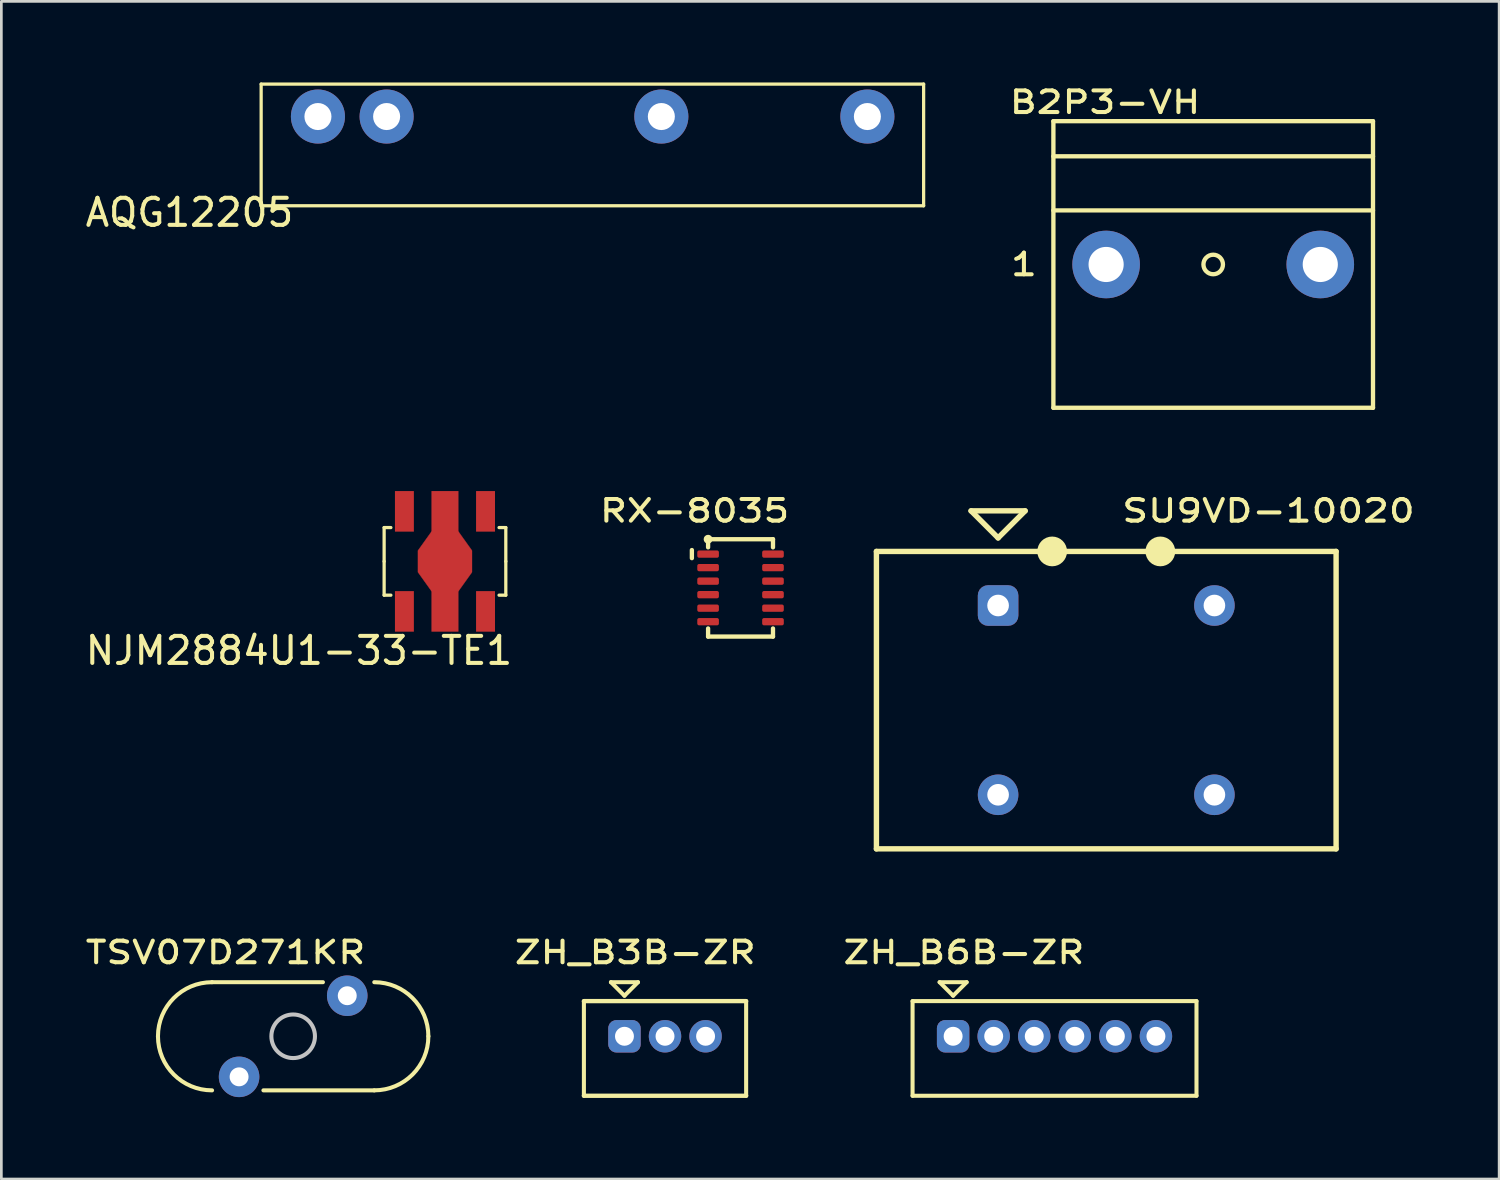
<source format=kicad_pcb>
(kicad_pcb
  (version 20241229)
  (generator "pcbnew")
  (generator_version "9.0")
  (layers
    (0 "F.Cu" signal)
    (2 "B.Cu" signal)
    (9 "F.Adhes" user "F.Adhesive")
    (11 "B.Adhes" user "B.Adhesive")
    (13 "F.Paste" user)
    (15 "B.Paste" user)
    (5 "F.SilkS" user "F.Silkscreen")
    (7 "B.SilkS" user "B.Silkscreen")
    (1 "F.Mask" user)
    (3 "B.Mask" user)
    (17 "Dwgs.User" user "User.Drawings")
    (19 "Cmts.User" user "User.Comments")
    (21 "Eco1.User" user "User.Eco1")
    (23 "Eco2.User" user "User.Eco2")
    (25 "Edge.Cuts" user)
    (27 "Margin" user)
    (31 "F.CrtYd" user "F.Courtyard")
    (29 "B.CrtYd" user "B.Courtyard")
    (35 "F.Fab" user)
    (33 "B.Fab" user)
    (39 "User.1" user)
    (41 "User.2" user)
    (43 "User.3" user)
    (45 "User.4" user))
  (footprint "ZH_B6B-ZR"
    (layer "F.Cu")
    (at 32.199 35.274)
    (property "Reference" "ZH_B6B-ZR" (at 0.4 -3.1 0) (layer "F.SilkS") (effects (font (size 0.8 1) (thickness 0.15))))
    (attr through_hole)
    (fp_line (start -1.5 -1.3) (end -1.5 2.2) (stroke (width 0.15) (type solid)) (layer "F.SilkS"))
    (fp_line (start -1.5 -1.3) (end 9 -1.3) (stroke (width 0.15) (type solid)) (layer "F.SilkS"))
    (fp_line (start -1.5 2.2) (end 9 2.2) (stroke (width 0.15) (type solid)) (layer "F.SilkS"))
    (fp_line (start -0.5 -2) (end 0.5 -2) (stroke (width 0.15) (type solid)) (layer "F.SilkS"))
    (fp_line (start 0 -1.5) (end -0.5 -2) (stroke (width 0.15) (type solid)) (layer "F.SilkS"))
    (fp_line (start 0 -1.5) (end 0.5 -2) (stroke (width 0.15) (type solid)) (layer "F.SilkS"))
    (fp_line (start 9 -1.3) (end 9 2.2) (stroke (width 0.15) (type solid)) (layer "F.SilkS"))
    (pad "1" thru_hole roundrect (at 0 0) (size 1.2 1.2) (drill 0.7) (layers "*.Cu" "*.Mask") (roundrect_rratio 0.25))
    (pad "2" thru_hole circle (at 1.5 0) (size 1.2 1.2) (drill 0.7) (layers "*.Cu" "*.Mask"))
    (pad "3" thru_hole circle (at 3 0) (size 1.2 1.2) (drill 0.7) (layers "*.Cu" "*.Mask"))
    (pad "4" thru_hole circle (at 4.5 0) (size 1.2 1.2) (drill 0.7) (layers "*.Cu" "*.Mask"))
    (pad "5" thru_hole circle (at 6 0) (size 1.2 1.2) (drill 0.7) (layers "*.Cu" "*.Mask"))
    (pad "6" thru_hole circle (at 7.5 0) (size 1.2 1.2) (drill 0.7) (layers "*.Cu" "*.Mask")))
  (footprint "NJM2884U1-33-TE1"
    (layer "F.Cu")
    (at 13.406 17.711)
    (property "Reference" "NJM2884U1-33-TE1" (at -5.4 3.3 0) (layer "F.SilkS") (effects (font (size 1 1) (thickness 0.15))))
    (attr through_hole)
    (fp_poly (pts (xy 1 -0.4) (xy 1 0.4) (xy 0.5 1.1) (xy -0.5 1.1) (xy -1 0.4) (xy -1 -0.4) (xy -0.5 -1.1) (xy 0.5 -1.1)) (stroke (width 0.01) (type solid)) (fill yes) (layer "F.Cu"))
    (fp_poly (pts (xy 1 -0.4) (xy 1 0.4) (xy 0.5 1.1) (xy -0.5 1.1) (xy -1 0.4) (xy -1 -0.4) (xy -0.5 -1.1) (xy 0.5 -1.1)) (stroke (width 0.01) (type solid)) (fill yes) (layer "F.Mask"))
    (fp_line (start -2.25 -1.25) (end -2 -1.25) (stroke (width 0.12) (type solid)) (layer "F.SilkS"))
    (fp_line (start -2.25 0) (end -2.25 -1.25) (stroke (width 0.12) (type solid)) (layer "F.SilkS"))
    (fp_line (start -2.25 0) (end -2.25 1.25) (stroke (width 0.12) (type solid)) (layer "F.SilkS"))
    (fp_line (start -2.25 1.25) (end -2 1.25) (stroke (width 0.12) (type solid)) (layer "F.SilkS"))
    (fp_line (start 2.25 -1.25) (end 2 -1.25) (stroke (width 0.12) (type solid)) (layer "F.SilkS"))
    (fp_line (start 2.25 0) (end 2.25 -1.25) (stroke (width 0.12) (type solid)) (layer "F.SilkS"))
    (fp_line (start 2.25 0) (end 2.25 1.25) (stroke (width 0.12) (type solid)) (layer "F.SilkS"))
    (fp_line (start 2.25 1.25) (end 2 1.25) (stroke (width 0.12) (type solid)) (layer "F.SilkS"))
    (pad "1" smd rect (at -1.5 1.85 180) (size 0.7 1.5) (layers "F.Cu" "F.Mask" "F.Paste"))
    (pad "2" smd rect (at 0 0 180) (size 1 5.2) (layers "F.Cu" "F.Mask" "F.Paste"))
    (pad "3" smd rect (at 1.5 1.85 180) (size 0.7 1.5) (layers "F.Cu" "F.Mask" "F.Paste"))
    (pad "4" smd rect (at 1.5 -1.85 180) (size 0.7 1.5) (layers "F.Cu" "F.Mask" "F.Paste"))
    (pad "5" smd rect (at -1.5 -1.85 180) (size 0.7 1.5) (layers "F.Cu" "F.Mask" "F.Paste")))
  (footprint "B2P3-VH"
    (layer "F.Cu")
    (at 41.817 6.731)
    (property "Reference" "B2P3-VH" (at -4 -6 0) (layer "F.SilkS") (effects (font (size 0.8 1) (thickness 0.15))))
    (attr through_hole)
    (fp_line (start -5.91 -5.3) (end -5.91 5.3) (stroke (width 0.16) (type solid)) (layer "F.SilkS"))
    (fp_line (start -5.91 -2) (end 5.91 -2) (stroke (width 0.16) (type solid)) (layer "F.SilkS"))
    (fp_line (start -5.91 5.3) (end 5.91 5.3) (stroke (width 0.16) (type solid)) (layer "F.SilkS"))
    (fp_line (start 5.91 -5.3) (end -5.91 -5.3) (stroke (width 0.16) (type solid)) (layer "F.SilkS"))
    (fp_line (start 5.91 -4) (end -5.91 -4) (stroke (width 0.16) (type solid)) (layer "F.SilkS"))
    (fp_line (start 5.91 5.3) (end 5.91 -5.3) (stroke (width 0.16) (type solid)) (layer "F.SilkS"))
    (fp_circle (center 0 0) (end 0.361 0) (stroke (width 0.16) (type solid)) (fill no) (layer "F.SilkS"))
    (fp_text user "1" (at -7 0 0) (layer "F.SilkS") (effects (font (size 0.8 1) (thickness 0.15))))
    (pad "1" thru_hole circle (at -3.96 0) (size 2.5 2.5) (drill 1.3) (layers "*.Cu" "*.Mask"))
    (pad "2" thru_hole circle (at 3.96 0) (size 2.5 2.5) (drill 1.3) (layers "*.Cu" "*.Mask")))
  (footprint "ZH_B3B-ZR"
    (layer "F.Cu")
    (at 20.044 35.274)
    (property "Reference" "ZH_B3B-ZR" (at 0.4 -3.1 0) (layer "F.SilkS") (effects (font (size 0.8 1) (thickness 0.15))))
    (attr through_hole)
    (fp_line (start -1.5 -1.3) (end -1.5 2.2) (stroke (width 0.15) (type solid)) (layer "F.SilkS"))
    (fp_line (start -1.5 -1.3) (end 4.5 -1.3) (stroke (width 0.16) (type solid)) (layer "F.SilkS"))
    (fp_line (start -0.5 -2) (end 0.5 -2) (stroke (width 0.15) (type solid)) (layer "F.SilkS"))
    (fp_line (start 0 -1.5) (end -0.5 -2) (stroke (width 0.15) (type solid)) (layer "F.SilkS"))
    (fp_line (start 0 -1.5) (end 0.5 -2) (stroke (width 0.15) (type solid)) (layer "F.SilkS"))
    (fp_line (start 4.5 -1.3) (end 4.5 2.2) (stroke (width 0.15) (type solid)) (layer "F.SilkS"))
    (fp_line (start 4.5 2.2) (end -1.5 2.2) (stroke (width 0.16) (type solid)) (layer "F.SilkS"))
    (pad "1" thru_hole roundrect (at 0 0) (size 1.2 1.2) (drill 0.7) (layers "*.Cu" "*.Mask") (roundrect_rratio 0.25))
    (pad "2" thru_hole circle (at 1.5 0) (size 1.2 1.2) (drill 0.7) (layers "*.Cu" "*.Mask"))
    (pad "3" thru_hole circle (at 3 0) (size 1.2 1.2) (drill 0.7) (layers "*.Cu" "*.Mask")))
  (footprint "AQG12205"
    (layer "F.Cu")
    (at 8.708 1.26)
    (property "Reference" "AQG12205" (at -4.75 3.55 0) (layer "F.SilkS") (effects (font (size 1 1) (thickness 0.15))))
    (attr through_hole)
    (fp_line (start -2.1 3.3) (end -2.1 -1.2) (stroke (width 0.12) (type solid)) (layer "F.SilkS"))
    (fp_line (start -2.1 3.3) (end 22.4 3.3) (stroke (width 0.12) (type solid)) (layer "F.SilkS"))
    (fp_line (start 22.4 -1.2) (end -2.1 -1.2) (stroke (width 0.12) (type solid)) (layer "F.SilkS"))
    (fp_line (start 22.4 3.3) (end 22.4 -1.2) (stroke (width 0.12) (type solid)) (layer "F.SilkS"))
    (pad "1" thru_hole circle (at 0 0 180) (size 2 2) (drill 1) (layers "*.Cu" "*.Mask"))
    (pad "2" thru_hole circle (at 2.54 0 180) (size 2 2) (drill 1) (layers "*.Cu" "*.Mask"))
    (pad "3" thru_hole circle (at 12.7 0 180) (size 2 2) (drill 1) (layers "*.Cu" "*.Mask"))
    (pad "4" thru_hole circle (at 20.32 0 180) (size 2 2) (drill 1) (layers "*.Cu" "*.Mask")))
  (footprint "RX-8035"
    (layer "F.Cu")
    (at 24.337 18.692)
    (property "Reference" "RX-8035" (at -1.7 -2.85 0) (layer "F.SilkS") (effects (font (size 0.8 1) (thickness 0.15))))
    (attr through_hole)
    (fp_line (start -1.8 -1.4) (end -1.8 -1.1) (stroke (width 0.16) (type solid)) (layer "F.SilkS"))
    (fp_line (start -1.2 -1.8) (end -1.2 -1.5) (stroke (width 0.16) (type solid)) (layer "F.SilkS"))
    (fp_line (start -1.2 -1.8) (end 1.2 -1.8) (stroke (width 0.16) (type solid)) (layer "F.SilkS"))
    (fp_line (start -1.2 1.8) (end -1.2 1.5) (stroke (width 0.16) (type solid)) (layer "F.SilkS"))
    (fp_line (start 1.2 -1.8) (end 1.2 -1.5) (stroke (width 0.16) (type solid)) (layer "F.SilkS"))
    (fp_line (start 1.2 1.8) (end -1.2 1.8) (stroke (width 0.16) (type solid)) (layer "F.SilkS"))
    (fp_line (start 1.2 1.8) (end 1.2 1.5) (stroke (width 0.16) (type solid)) (layer "F.SilkS"))
    (fp_circle (center -1.2 -1.8) (end -1.2 -1.716) (stroke (width 0.16) (type solid)) (fill no) (layer "F.SilkS"))
    (pad "1" smd roundrect (at -1.2 -1.25 180) (size 0.8 0.27) (layers "F.Cu" "F.Mask" "F.Paste") (roundrect_rratio 0.25))
    (pad "2" smd roundrect (at -1.2 -0.75 180) (size 0.8 0.27) (layers "F.Cu" "F.Mask" "F.Paste") (roundrect_rratio 0.25))
    (pad "3" smd roundrect (at -1.2 -0.25 180) (size 0.8 0.27) (layers "F.Cu" "F.Mask" "F.Paste") (roundrect_rratio 0.25))
    (pad "4" smd roundrect (at -1.2 0.25 180) (size 0.8 0.27) (layers "F.Cu" "F.Mask" "F.Paste") (roundrect_rratio 0.25))
    (pad "5" smd roundrect (at -1.2 0.75 180) (size 0.8 0.27) (layers "F.Cu" "F.Mask" "F.Paste") (roundrect_rratio 0.25))
    (pad "6" smd roundrect (at -1.2 1.25 180) (size 0.8 0.27) (layers "F.Cu" "F.Mask" "F.Paste") (roundrect_rratio 0.25))
    (pad "7" smd roundrect (at 1.2 1.25 180) (size 0.8 0.27) (layers "F.Cu" "F.Mask" "F.Paste") (roundrect_rratio 0.25))
    (pad "8" smd roundrect (at 1.2 0.75 180) (size 0.8 0.27) (layers "F.Cu" "F.Mask" "F.Paste") (roundrect_rratio 0.25))
    (pad "9" smd roundrect (at 1.2 0.25 180) (size 0.8 0.27) (layers "F.Cu" "F.Mask" "F.Paste") (roundrect_rratio 0.25))
    (pad "10" smd roundrect (at 1.2 -0.25 180) (size 0.8 0.27) (layers "F.Cu" "F.Mask" "F.Paste") (roundrect_rratio 0.25))
    (pad "11" smd roundrect (at 1.2 -0.75 180) (size 0.8 0.27) (layers "F.Cu" "F.Mask" "F.Paste") (roundrect_rratio 0.25))
    (pad "12" smd roundrect (at 1.2 -1.25 180) (size 0.8 0.27) (layers "F.Cu" "F.Mask" "F.Paste") (roundrect_rratio 0.25)))
  (footprint "TSV07D271KR"
    (layer "F.Cu")
    (at 7.792 35.274)
    (property "Reference" "TSV07D271KR" (at -2.5 -3.1 0) (layer "F.SilkS") (effects (font (size 0.8 1) (thickness 0.15))))
    (attr through_hole)
    (fp_line (start -3 -2) (end 1.1 -2) (stroke (width 0.15) (type solid)) (layer "F.SilkS"))
    (fp_line (start 3 2) (end -1.1 2) (stroke (width 0.15) (type solid)) (layer "F.SilkS"))
    (fp_arc (start -5 0) (mid -4.414214 -1.414214) (end -3 -2) (stroke (width 0.15) (type solid)) (layer "F.SilkS"))
    (fp_arc (start -3 2) (mid -4.414214 1.414214) (end -5 0) (stroke (width 0.15) (type solid)) (layer "F.SilkS"))
    (fp_arc (start 3 -2) (mid 4.414214 -1.414214) (end 5 0) (stroke (width 0.15) (type solid)) (layer "F.SilkS"))
    (fp_arc (start 5 0) (mid 4.414214 1.414214) (end 3 2) (stroke (width 0.15) (type solid)) (layer "F.SilkS"))
    (fp_circle (center 0 0) (end 0.806 0) (stroke (width 0.15) (type solid)) (fill no) (layer "Dwgs.User"))
    (pad "1" thru_hole circle (at -2 1.5) (size 1.5 1.5) (drill 0.7) (layers "*.Cu" "*.Mask"))
    (pad "2" thru_hole circle (at 2 -1.5) (size 1.5 1.5) (drill 0.7) (layers "*.Cu" "*.Mask")))
  (footprint "SU9VD-10020"
    (layer "F.Cu")
    (at 37.862 22.843)
    (property "Reference" "SU9VD-10020" (at 6 -7 0) (layer "F.SilkS") (effects (font (size 0.8 1) (thickness 0.15))))
    (attr through_hole)
    (fp_line (start -8.5 -5.5) (end 8.5 -5.5) (stroke (width 0.2) (type solid)) (layer "F.SilkS"))
    (fp_line (start -8.5 5.5) (end -8.5 -5.5) (stroke (width 0.2) (type solid)) (layer "F.SilkS"))
    (fp_line (start -5 -7) (end -4 -6) (stroke (width 0.2) (type solid)) (layer "F.SilkS"))
    (fp_line (start -4 -6) (end -3 -7) (stroke (width 0.2) (type solid)) (layer "F.SilkS"))
    (fp_line (start -3 -7) (end -5 -7) (stroke (width 0.2) (type solid)) (layer "F.SilkS"))
    (fp_line (start 8.5 -5.5) (end 8.5 5.5) (stroke (width 0.2) (type solid)) (layer "F.SilkS"))
    (fp_line (start 8.5 5.5) (end -8.5 5.5) (stroke (width 0.2) (type solid)) (layer "F.SilkS"))
    (fp_circle (center -2 -5.5) (end -1.7 -5.5) (stroke (width 0.5) (type solid)) (fill no) (layer "F.SilkS"))
    (fp_circle (center 2 -5.5) (end 2.3 -5.5) (stroke (width 0.5) (type solid)) (fill no) (layer "F.SilkS"))
    (fp_circle (center 0 0) (end 0.781 0) (stroke (width 0.15) (type solid)) (fill no) (layer "Eco1.User"))
    (pad "1" thru_hole roundrect (at -4 -3.5) (size 1.5 1.5) (drill 0.8) (layers "*.Cu" "*.Mask") (roundrect_rratio 0.25))
    (pad "2" thru_hole circle (at -4 3.5) (size 1.5 1.5) (drill 0.8) (layers "*.Cu" "*.Mask"))
    (pad "3" thru_hole circle (at 4 -3.5) (size 1.5 1.5) (drill 0.8) (layers "*.Cu" "*.Mask"))
    (pad "4" thru_hole circle (at 4 3.5) (size 1.5 1.5) (drill 0.8) (layers "*.Cu" "*.Mask")))
  (gr_rect
    (start -3 -3)
    (end 52.392 40.554)
    (stroke (width 0.1) (type default))
    (fill no)
    (layer "Edge.Cuts")))
</source>
